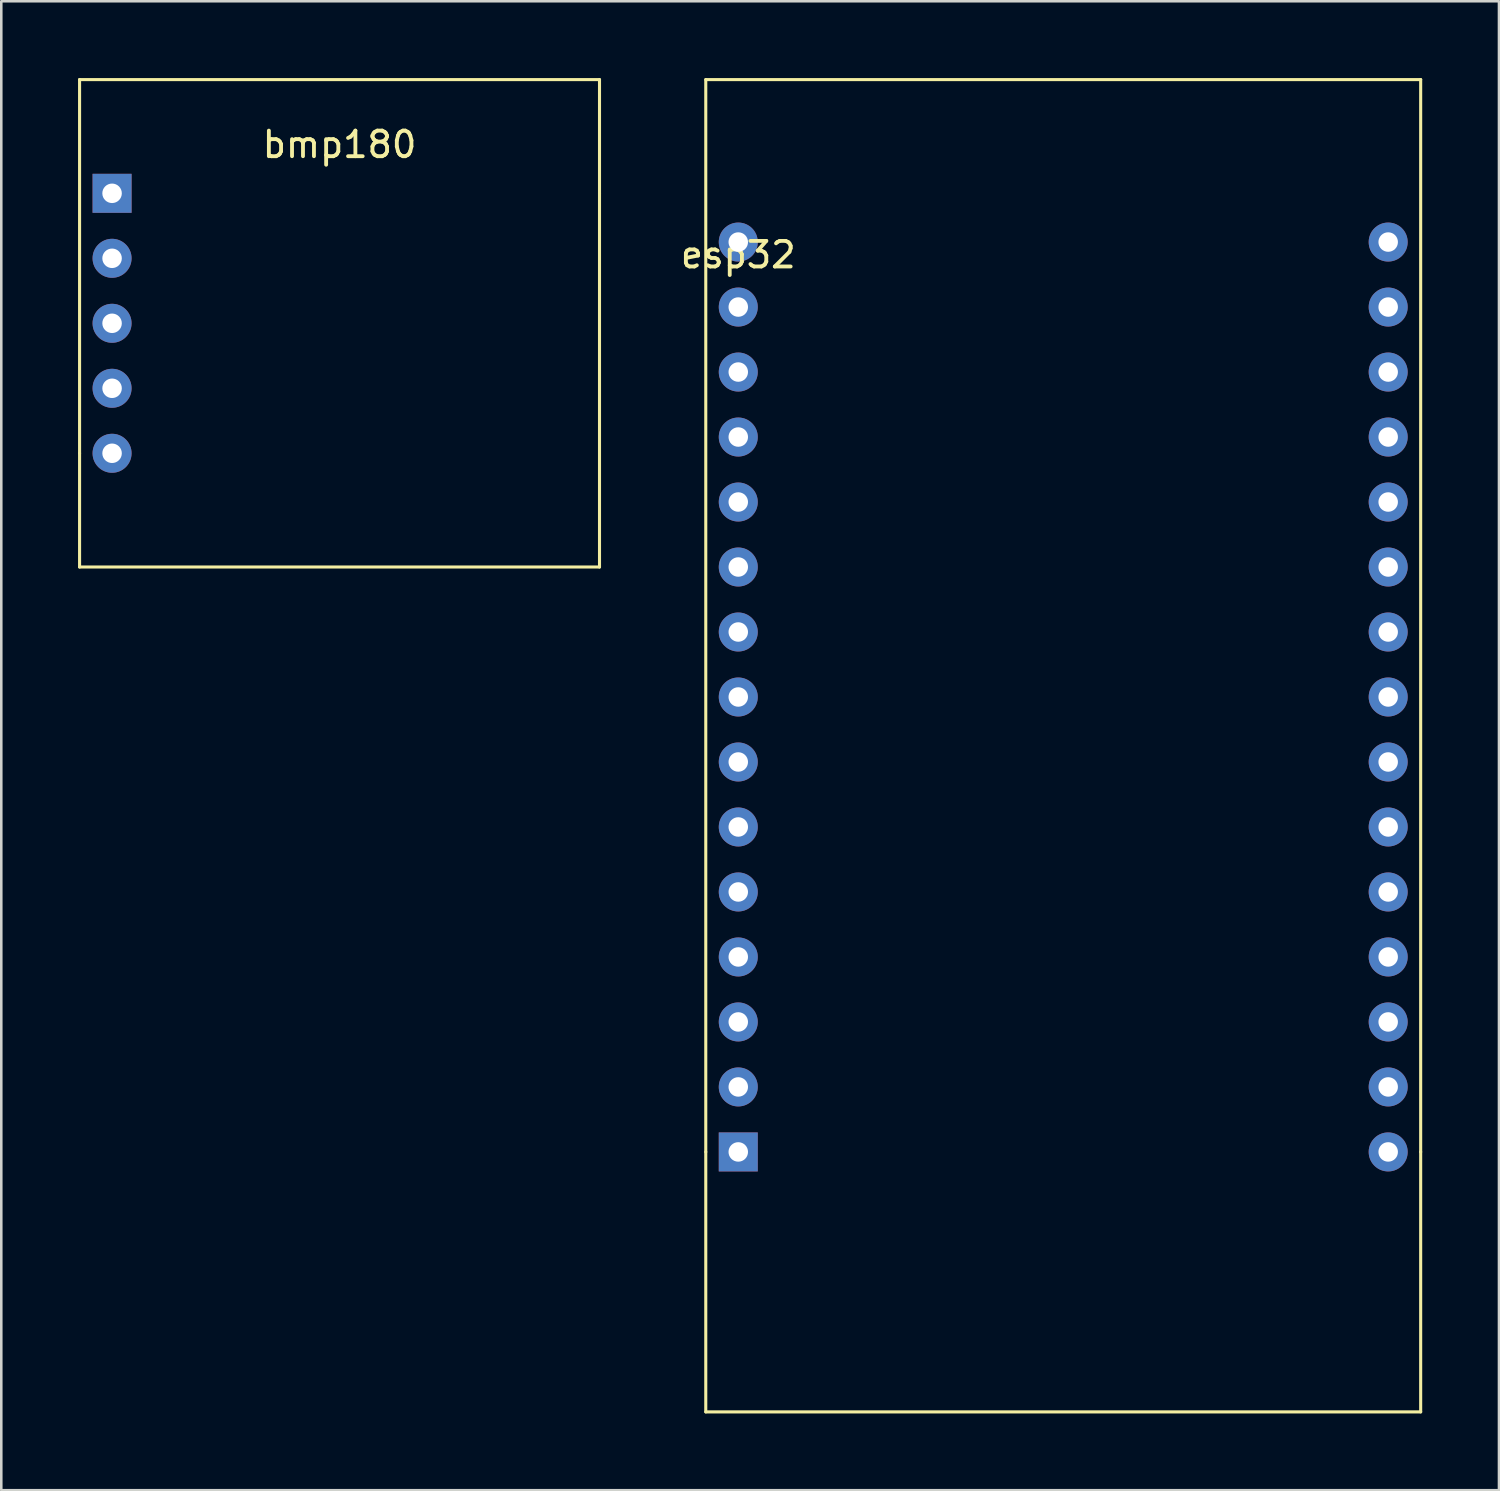
<source format=kicad_pcb>
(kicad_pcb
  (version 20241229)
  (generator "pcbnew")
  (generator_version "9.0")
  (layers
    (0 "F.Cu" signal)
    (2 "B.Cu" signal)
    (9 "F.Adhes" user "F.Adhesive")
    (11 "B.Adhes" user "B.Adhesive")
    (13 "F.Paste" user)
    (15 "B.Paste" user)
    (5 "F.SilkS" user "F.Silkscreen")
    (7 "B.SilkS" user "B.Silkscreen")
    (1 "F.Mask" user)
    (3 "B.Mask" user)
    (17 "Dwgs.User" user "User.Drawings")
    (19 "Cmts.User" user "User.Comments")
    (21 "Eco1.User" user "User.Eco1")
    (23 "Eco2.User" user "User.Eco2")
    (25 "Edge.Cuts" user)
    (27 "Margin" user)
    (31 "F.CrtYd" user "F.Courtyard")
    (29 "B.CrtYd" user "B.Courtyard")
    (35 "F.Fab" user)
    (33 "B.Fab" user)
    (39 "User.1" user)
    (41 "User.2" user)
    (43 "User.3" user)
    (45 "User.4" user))
  (footprint "bmp180"
    (layer "F.Cu")
    (at 1.33 4.505)
    (property "Reference" "bmp180" (at 8.89 -1.905 0) (layer "F.SilkS") (effects (font (size 1 1) (thickness 0.15))))
    (attr through_hole)
    (fp_line (start -1.27 -4.445) (end -1.27 10.16) (stroke (width 0.12) (type solid)) (layer "F.SilkS"))
    (fp_line (start -1.27 10.16) (end -1.27 14.605) (stroke (width 0.12) (type solid)) (layer "F.SilkS"))
    (fp_line (start -1.27 14.605) (end 19.05 14.605) (stroke (width 0.12) (type solid)) (layer "F.SilkS"))
    (fp_line (start 19.05 -4.445) (end -1.27 -4.445) (stroke (width 0.12) (type solid)) (layer "F.SilkS"))
    (fp_line (start 19.05 0) (end 19.05 -4.445) (stroke (width 0.12) (type solid)) (layer "F.SilkS"))
    (fp_line (start 19.05 14.605) (end 19.05 0) (stroke (width 0.12) (type solid)) (layer "F.SilkS"))
    (pad "1" thru_hole rect (at 0 0) (size 1.524 1.524) (drill 0.762) (layers "*.Cu" "*.Mask"))
    (pad "2" thru_hole circle (at 0 2.54) (size 1.524 1.524) (drill 0.762) (layers "*.Cu" "*.Mask"))
    (pad "3" thru_hole circle (at 0 5.08) (size 1.524 1.524) (drill 0.762) (layers "*.Cu" "*.Mask"))
    (pad "4" thru_hole circle (at 0 7.62) (size 1.524 1.524) (drill 0.762) (layers "*.Cu" "*.Mask"))
    (pad "5" thru_hole circle (at 0 10.16) (size 1.524 1.524) (drill 0.762) (layers "*.Cu" "*.Mask")))
  (footprint "esp32"
    (layer "F.Cu")
    (at 25.803 6.41)
    (property "Reference" "esp32" (at 0 0.5 0) (layer "F.SilkS") (effects (font (size 1 1) (thickness 0.15))))
    (attr through_hole)
    (fp_line (start -1.27 -6.35) (end -1.27 35.56) (stroke (width 0.12) (type solid)) (layer "F.SilkS"))
    (fp_line (start -1.27 -6.35) (end 26.67 -6.35) (stroke (width 0.12) (type solid)) (layer "F.SilkS"))
    (fp_line (start -1.27 45.72) (end -1.27 35.56) (stroke (width 0.12) (type solid)) (layer "F.SilkS"))
    (fp_line (start 26.67 -6.35) (end 26.67 35.56) (stroke (width 0.12) (type solid)) (layer "F.SilkS"))
    (fp_line (start 26.67 35.56) (end 26.67 45.72) (stroke (width 0.12) (type solid)) (layer "F.SilkS"))
    (fp_line (start 26.67 45.72) (end -1.27 45.72) (stroke (width 0.12) (type solid)) (layer "F.SilkS"))
    (pad "1" thru_hole circle (at 0 0) (size 1.524 1.524) (drill 0.762) (layers "*.Cu" "*.Mask"))
    (pad "2" thru_hole circle (at 0 2.54) (size 1.524 1.524) (drill 0.762) (layers "*.Cu" "*.Mask"))
    (pad "3" thru_hole circle (at 0 5.08) (size 1.524 1.524) (drill 0.762) (layers "*.Cu" "*.Mask"))
    (pad "4" thru_hole circle (at 0 7.62) (size 1.524 1.524) (drill 0.762) (layers "*.Cu" "*.Mask"))
    (pad "5" thru_hole circle (at 0 10.16) (size 1.524 1.524) (drill 0.762) (layers "*.Cu" "*.Mask"))
    (pad "6" thru_hole circle (at 0 12.7) (size 1.524 1.524) (drill 0.762) (layers "*.Cu" "*.Mask"))
    (pad "7" thru_hole circle (at 0 15.24) (size 1.524 1.524) (drill 0.762) (layers "*.Cu" "*.Mask"))
    (pad "8" thru_hole circle (at 0 17.78) (size 1.524 1.524) (drill 0.762) (layers "*.Cu" "*.Mask"))
    (pad "9" thru_hole circle (at 0 20.32) (size 1.524 1.524) (drill 0.762) (layers "*.Cu" "*.Mask"))
    (pad "10" thru_hole circle (at 0 22.86) (size 1.524 1.524) (drill 0.762) (layers "*.Cu" "*.Mask"))
    (pad "11" thru_hole circle (at 0 25.4) (size 1.524 1.524) (drill 0.762) (layers "*.Cu" "*.Mask"))
    (pad "12" thru_hole circle (at 0 27.94) (size 1.524 1.524) (drill 0.762) (layers "*.Cu" "*.Mask"))
    (pad "13" thru_hole circle (at 0 30.48) (size 1.524 1.524) (drill 0.762) (layers "*.Cu" "*.Mask"))
    (pad "14" thru_hole circle (at 0 33.02) (size 1.524 1.524) (drill 0.762) (layers "*.Cu" "*.Mask"))
    (pad "15" thru_hole rect (at 0 35.56) (size 1.524 1.524) (drill 0.762) (layers "*.Cu" "*.Mask"))
    (pad "16" thru_hole circle (at 25.4 35.56) (size 1.524 1.524) (drill 0.762) (layers "*.Cu" "*.Mask"))
    (pad "17" thru_hole circle (at 25.4 33.02) (size 1.524 1.524) (drill 0.762) (layers "*.Cu" "*.Mask"))
    (pad "18" thru_hole circle (at 25.4 30.48) (size 1.524 1.524) (drill 0.762) (layers "*.Cu" "*.Mask"))
    (pad "19" thru_hole circle (at 25.4 27.94) (size 1.524 1.524) (drill 0.762) (layers "*.Cu" "*.Mask"))
    (pad "20" thru_hole circle (at 25.4 25.4) (size 1.524 1.524) (drill 0.762) (layers "*.Cu" "*.Mask"))
    (pad "21" thru_hole circle (at 25.4 22.86) (size 1.524 1.524) (drill 0.762) (layers "*.Cu" "*.Mask"))
    (pad "22" thru_hole circle (at 25.4 20.32) (size 1.524 1.524) (drill 0.762) (layers "*.Cu" "*.Mask"))
    (pad "23" thru_hole circle (at 25.4 17.78) (size 1.524 1.524) (drill 0.762) (layers "*.Cu" "*.Mask"))
    (pad "24" thru_hole circle (at 25.4 15.24) (size 1.524 1.524) (drill 0.762) (layers "*.Cu" "*.Mask"))
    (pad "25" thru_hole circle (at 25.4 12.7) (size 1.524 1.524) (drill 0.762) (layers "*.Cu" "*.Mask"))
    (pad "26" thru_hole circle (at 25.4 10.16) (size 1.524 1.524) (drill 0.762) (layers "*.Cu" "*.Mask"))
    (pad "27" thru_hole circle (at 25.4 7.62) (size 1.524 1.524) (drill 0.762) (layers "*.Cu" "*.Mask"))
    (pad "28" thru_hole circle (at 25.4 5.08) (size 1.524 1.524) (drill 0.762) (layers "*.Cu" "*.Mask"))
    (pad "29" thru_hole circle (at 25.4 2.54) (size 1.524 1.524) (drill 0.762) (layers "*.Cu" "*.Mask"))
    (pad "30" thru_hole circle (at 25.4 0) (size 1.524 1.524) (drill 0.762) (layers "*.Cu" "*.Mask")))
  (gr_rect
    (start -3 -3)
    (end 55.533 55.19)
    (stroke (width 0.1) (type default))
    (fill no)
    (layer "Edge.Cuts")))
</source>
